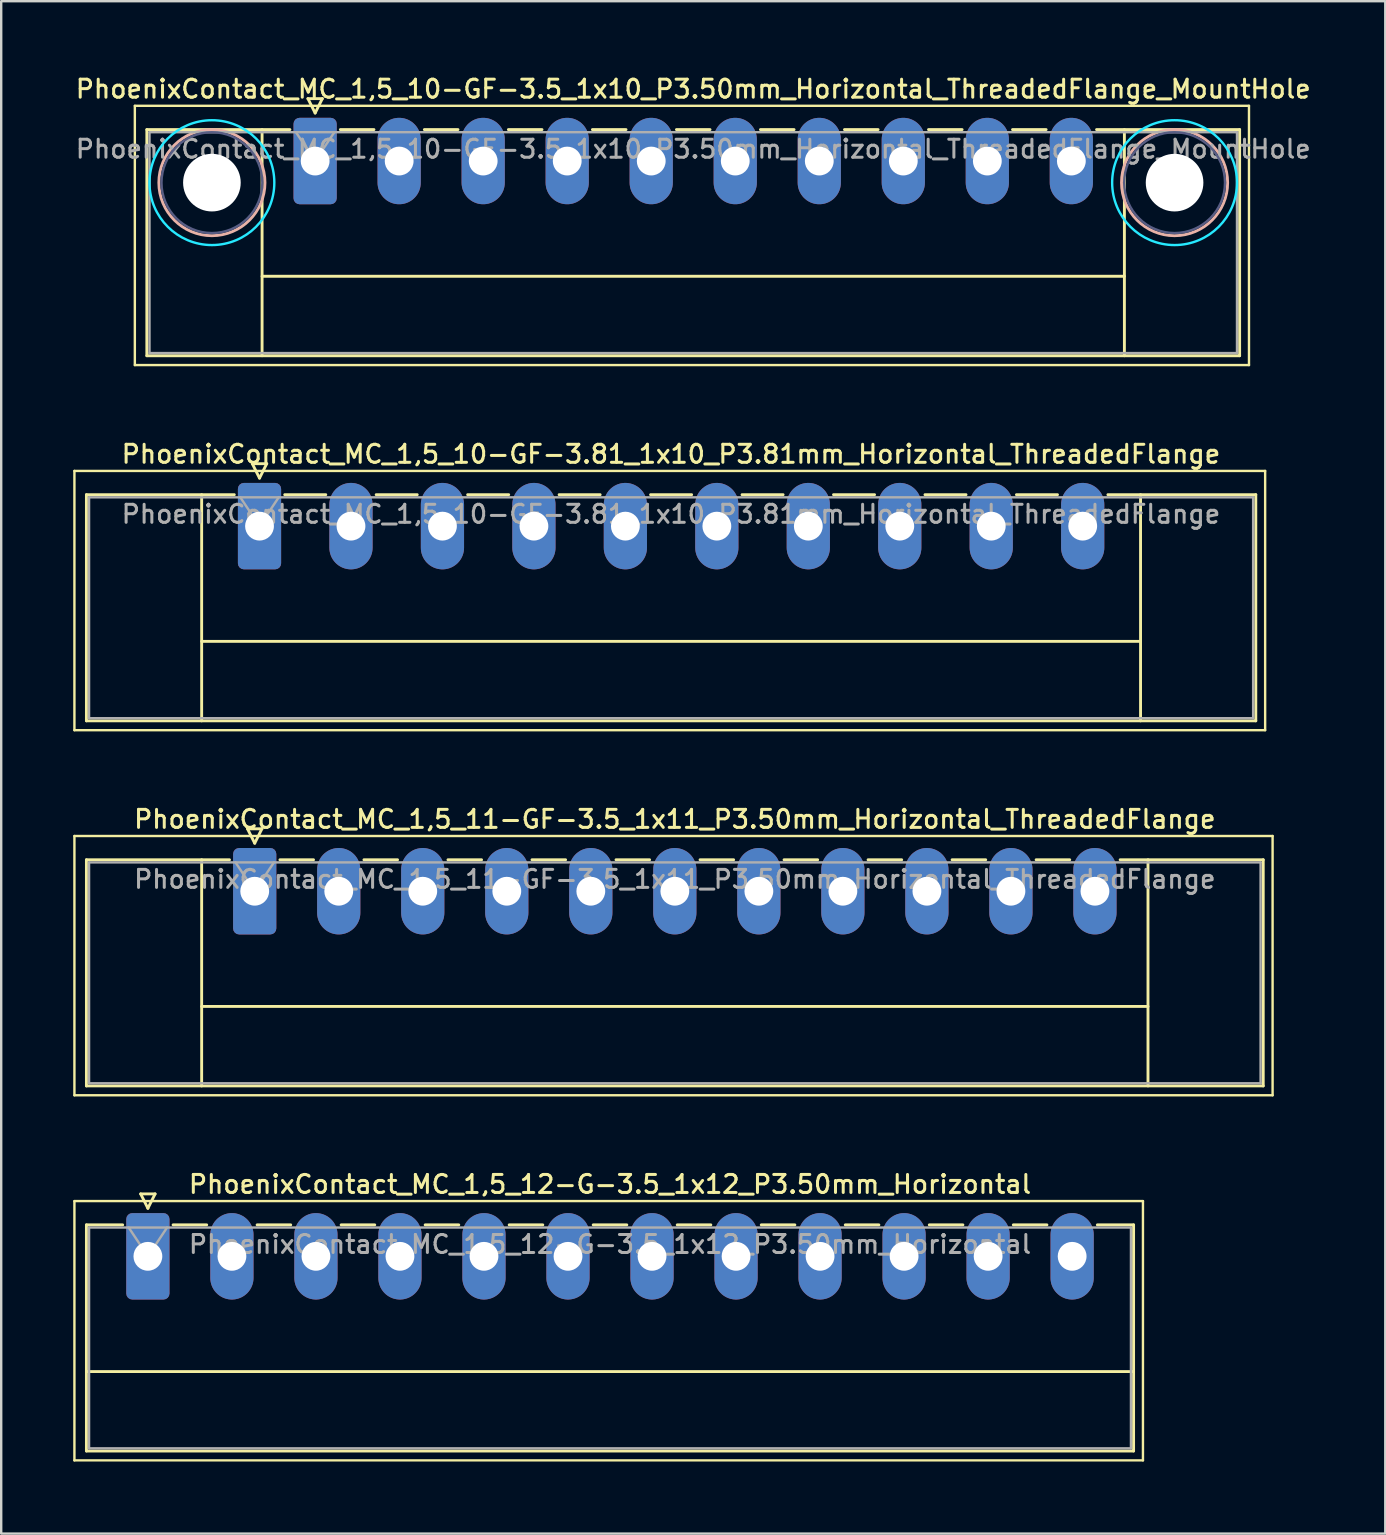
<source format=kicad_pcb>
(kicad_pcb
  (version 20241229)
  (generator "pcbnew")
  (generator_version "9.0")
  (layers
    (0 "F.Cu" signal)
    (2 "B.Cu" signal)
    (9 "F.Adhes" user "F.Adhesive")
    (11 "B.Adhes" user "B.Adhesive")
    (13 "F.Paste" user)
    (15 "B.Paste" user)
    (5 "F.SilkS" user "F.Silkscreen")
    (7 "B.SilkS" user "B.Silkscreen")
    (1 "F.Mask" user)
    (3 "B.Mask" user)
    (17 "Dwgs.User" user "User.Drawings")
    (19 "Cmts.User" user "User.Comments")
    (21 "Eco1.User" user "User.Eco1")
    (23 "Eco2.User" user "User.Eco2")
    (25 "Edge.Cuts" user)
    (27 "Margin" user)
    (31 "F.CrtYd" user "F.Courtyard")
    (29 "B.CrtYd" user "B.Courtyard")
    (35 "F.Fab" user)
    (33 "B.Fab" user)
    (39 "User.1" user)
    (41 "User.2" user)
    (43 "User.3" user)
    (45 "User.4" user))
  (footprint "PhoenixContact_MC_1,5_10-GF-3.81_1x10_P3.81mm_Horizontal_ThreadedFlange"
    (layer "F.Cu")
    (at 7.76 18.866)
    (property "Reference" "PhoenixContact_MC_1,5_10-GF-3.81_1x10_P3.81mm_Horizontal_ThreadedFlange" (at 17.14 -3 0) (layer "F.SilkS") (effects (font (size 0.75 0.75) (thickness 0.125))))
    (attr through_hole)
    (fp_line (start -7.71 -2.3) (end -7.71 8.5) (stroke (width 0.1) (type solid)) (layer "F.SilkS"))
    (fp_line (start -7.71 8.5) (end 41.89 8.5) (stroke (width 0.1) (type solid)) (layer "F.SilkS"))
    (fp_line (start -7.21 -1.31) (end -7.21 8.11) (stroke (width 0.12) (type solid)) (layer "F.SilkS"))
    (fp_line (start -7.21 -1.31) (end -1.05 -1.31) (stroke (width 0.12) (type solid)) (layer "F.SilkS"))
    (fp_line (start -7.21 8.11) (end 41.5 8.11) (stroke (width 0.12) (type solid)) (layer "F.SilkS"))
    (fp_line (start -2.41 -1.31) (end -2.41 8.11) (stroke (width 0.12) (type solid)) (layer "F.SilkS"))
    (fp_line (start -2.41 4.8) (end 36.7 4.8) (stroke (width 0.12) (type solid)) (layer "F.SilkS"))
    (fp_line (start -0.3 -2.6) (end 0.3 -2.6) (stroke (width 0.12) (type solid)) (layer "F.SilkS"))
    (fp_line (start 0 -2) (end -0.3 -2.6) (stroke (width 0.12) (type solid)) (layer "F.SilkS"))
    (fp_line (start 0.3 -2.6) (end 0 -2) (stroke (width 0.12) (type solid)) (layer "F.SilkS"))
    (fp_line (start 1.05 -1.31) (end 2.76 -1.31) (stroke (width 0.12) (type solid)) (layer "F.SilkS"))
    (fp_line (start 4.86 -1.31) (end 6.57 -1.31) (stroke (width 0.12) (type solid)) (layer "F.SilkS"))
    (fp_line (start 8.67 -1.31) (end 10.38 -1.31) (stroke (width 0.12) (type solid)) (layer "F.SilkS"))
    (fp_line (start 12.48 -1.31) (end 14.19 -1.31) (stroke (width 0.12) (type solid)) (layer "F.SilkS"))
    (fp_line (start 16.29 -1.31) (end 18 -1.31) (stroke (width 0.12) (type solid)) (layer "F.SilkS"))
    (fp_line (start 20.1 -1.31) (end 21.81 -1.31) (stroke (width 0.12) (type solid)) (layer "F.SilkS"))
    (fp_line (start 23.91 -1.31) (end 25.62 -1.31) (stroke (width 0.12) (type solid)) (layer "F.SilkS"))
    (fp_line (start 27.72 -1.31) (end 29.43 -1.31) (stroke (width 0.12) (type solid)) (layer "F.SilkS"))
    (fp_line (start 31.53 -1.31) (end 33.24 -1.31) (stroke (width 0.12) (type solid)) (layer "F.SilkS"))
    (fp_line (start 36.7 -1.31) (end 36.7 8.11) (stroke (width 0.12) (type solid)) (layer "F.SilkS"))
    (fp_line (start 41.5 -1.31) (end 35.34 -1.31) (stroke (width 0.12) (type solid)) (layer "F.SilkS"))
    (fp_line (start 41.5 8.11) (end 41.5 -1.31) (stroke (width 0.12) (type solid)) (layer "F.SilkS"))
    (fp_line (start 41.89 -2.3) (end -7.71 -2.3) (stroke (width 0.1) (type solid)) (layer "F.SilkS"))
    (fp_line (start 41.89 8.5) (end 41.89 -2.3) (stroke (width 0.1) (type solid)) (layer "F.SilkS"))
    (fp_line (start -7.1 -1.2) (end -7.1 8) (stroke (width 0.1) (type solid)) (layer "F.Fab"))
    (fp_line (start -7.1 8) (end 41.39 8) (stroke (width 0.1) (type solid)) (layer "F.Fab"))
    (fp_line (start 0 0) (end -0.8 -1.2) (stroke (width 0.1) (type solid)) (layer "F.Fab"))
    (fp_line (start 0.8 -1.2) (end 0 0) (stroke (width 0.1) (type solid)) (layer "F.Fab"))
    (fp_line (start 41.39 -1.2) (end -7.1 -1.2) (stroke (width 0.1) (type solid)) (layer "F.Fab"))
    (fp_line (start 41.39 8) (end 41.39 -1.2) (stroke (width 0.1) (type solid)) (layer "F.Fab"))
    (fp_text user "${REFERENCE}" (at 17.14 -0.5 0) (layer "F.Fab") (effects (font (size 0.75 0.75) (thickness 0.125))))
    (pad "1" thru_hole roundrect (at 0 0) (size 1.8 3.6) (drill 1.2) (layers "*.Cu" "*.Mask") (roundrect_rratio 0.139))
    (pad "2" thru_hole oval (at 3.81 0) (size 1.8 3.6) (drill 1.2) (layers "*.Cu" "*.Mask"))
    (pad "3" thru_hole oval (at 7.62 0) (size 1.8 3.6) (drill 1.2) (layers "*.Cu" "*.Mask"))
    (pad "4" thru_hole oval (at 11.43 0) (size 1.8 3.6) (drill 1.2) (layers "*.Cu" "*.Mask"))
    (pad "5" thru_hole oval (at 15.24 0) (size 1.8 3.6) (drill 1.2) (layers "*.Cu" "*.Mask"))
    (pad "6" thru_hole oval (at 19.05 0) (size 1.8 3.6) (drill 1.2) (layers "*.Cu" "*.Mask"))
    (pad "7" thru_hole oval (at 22.86 0) (size 1.8 3.6) (drill 1.2) (layers "*.Cu" "*.Mask"))
    (pad "8" thru_hole oval (at 26.67 0) (size 1.8 3.6) (drill 1.2) (layers "*.Cu" "*.Mask"))
    (pad "9" thru_hole oval (at 30.48 0) (size 1.8 3.6) (drill 1.2) (layers "*.Cu" "*.Mask"))
    (pad "10" thru_hole oval (at 34.29 0) (size 1.8 3.6) (drill 1.2) (layers "*.Cu" "*.Mask")))
  (footprint "PhoenixContact_MC_1,5_10-GF-3.5_1x10_P3.50mm_Horizontal_ThreadedFlange_MountHole"
    (layer "F.Cu")
    (at 10.077 3.658)
    (property "Reference" "PhoenixContact_MC_1,5_10-GF-3.5_1x10_P3.50mm_Horizontal_ThreadedFlange_MountHole" (at 15.75 -3 0) (layer "F.SilkS") (effects (font (size 0.75 0.75) (thickness 0.125))))
    (attr through_hole)
    (fp_line (start -7.51 -2.3) (end -7.51 8.5) (stroke (width 0.1) (type solid)) (layer "F.SilkS"))
    (fp_line (start -7.51 8.5) (end 38.9 8.5) (stroke (width 0.1) (type solid)) (layer "F.SilkS"))
    (fp_line (start -7.01 -1.31) (end -7.01 8.11) (stroke (width 0.12) (type solid)) (layer "F.SilkS"))
    (fp_line (start -7.01 -1.31) (end -1.05 -1.31) (stroke (width 0.12) (type solid)) (layer "F.SilkS"))
    (fp_line (start -7.01 8.11) (end 38.51 8.11) (stroke (width 0.12) (type solid)) (layer "F.SilkS"))
    (fp_line (start -2.21 -1.31) (end -2.21 8.11) (stroke (width 0.12) (type solid)) (layer "F.SilkS"))
    (fp_line (start -2.21 4.8) (end 33.71 4.8) (stroke (width 0.12) (type solid)) (layer "F.SilkS"))
    (fp_line (start -0.3 -2.6) (end 0.3 -2.6) (stroke (width 0.12) (type solid)) (layer "F.SilkS"))
    (fp_line (start 0 -2) (end -0.3 -2.6) (stroke (width 0.12) (type solid)) (layer "F.SilkS"))
    (fp_line (start 0.3 -2.6) (end 0 -2) (stroke (width 0.12) (type solid)) (layer "F.SilkS"))
    (fp_line (start 1.05 -1.31) (end 2.45 -1.31) (stroke (width 0.12) (type solid)) (layer "F.SilkS"))
    (fp_line (start 4.55 -1.31) (end 5.95 -1.31) (stroke (width 0.12) (type solid)) (layer "F.SilkS"))
    (fp_line (start 8.05 -1.31) (end 9.45 -1.31) (stroke (width 0.12) (type solid)) (layer "F.SilkS"))
    (fp_line (start 11.55 -1.31) (end 12.95 -1.31) (stroke (width 0.12) (type solid)) (layer "F.SilkS"))
    (fp_line (start 15.05 -1.31) (end 16.45 -1.31) (stroke (width 0.12) (type solid)) (layer "F.SilkS"))
    (fp_line (start 18.55 -1.31) (end 19.95 -1.31) (stroke (width 0.12) (type solid)) (layer "F.SilkS"))
    (fp_line (start 22.05 -1.31) (end 23.45 -1.31) (stroke (width 0.12) (type solid)) (layer "F.SilkS"))
    (fp_line (start 25.55 -1.31) (end 26.95 -1.31) (stroke (width 0.12) (type solid)) (layer "F.SilkS"))
    (fp_line (start 29.05 -1.31) (end 30.45 -1.31) (stroke (width 0.12) (type solid)) (layer "F.SilkS"))
    (fp_line (start 33.71 -1.31) (end 33.71 8.11) (stroke (width 0.12) (type solid)) (layer "F.SilkS"))
    (fp_line (start 38.51 -1.31) (end 32.55 -1.31) (stroke (width 0.12) (type solid)) (layer "F.SilkS"))
    (fp_line (start 38.51 8.11) (end 38.51 -1.31) (stroke (width 0.12) (type solid)) (layer "F.SilkS"))
    (fp_line (start 38.9 -2.3) (end -7.51 -2.3) (stroke (width 0.1) (type solid)) (layer "F.SilkS"))
    (fp_line (start 38.9 8.5) (end 38.9 -2.3) (stroke (width 0.1) (type solid)) (layer "F.SilkS"))
    (fp_circle (center -4.3 0.9) (end -2.09 0.9) (stroke (width 0.12) (type solid)) (fill no) (layer "B.SilkS"))
    (fp_circle (center 35.8 0.9) (end 38.01 0.9) (stroke (width 0.12) (type solid)) (fill no) (layer "B.SilkS"))
    (fp_circle (center -4.3 0.9) (end -1.7 0.9) (stroke (width 0.1) (type solid)) (fill no) (layer "B.CrtYd"))
    (fp_circle (center 35.8 0.9) (end 38.4 0.9) (stroke (width 0.1) (type solid)) (fill no) (layer "B.CrtYd"))
    (fp_circle (center -4.3 0.9) (end -2.2 0.9) (stroke (width 0.1) (type solid)) (fill no) (layer "B.Fab"))
    (fp_circle (center 35.8 0.9) (end 37.9 0.9) (stroke (width 0.1) (type solid)) (fill no) (layer "B.Fab"))
    (fp_line (start -6.9 -1.2) (end -6.9 8) (stroke (width 0.1) (type solid)) (layer "F.Fab"))
    (fp_line (start -6.9 8) (end 38.4 8) (stroke (width 0.1) (type solid)) (layer "F.Fab"))
    (fp_line (start 0 0) (end -0.8 -1.2) (stroke (width 0.1) (type solid)) (layer "F.Fab"))
    (fp_line (start 0.8 -1.2) (end 0 0) (stroke (width 0.1) (type solid)) (layer "F.Fab"))
    (fp_line (start 38.4 -1.2) (end -6.9 -1.2) (stroke (width 0.1) (type solid)) (layer "F.Fab"))
    (fp_line (start 38.4 8) (end 38.4 -1.2) (stroke (width 0.1) (type solid)) (layer "F.Fab"))
    (fp_text user "${REFERENCE}" (at 15.75 -0.5 0) (layer "F.Fab") (effects (font (size 0.75 0.75) (thickness 0.125))))
    (pad "" np_thru_hole circle (at -4.3 0.9) (size 2.4 2.4) (drill 2.4) (layers "*.Cu" "*.Mask"))
    (pad "" np_thru_hole circle (at 35.8 0.9) (size 2.4 2.4) (drill 2.4) (layers "*.Cu" "*.Mask"))
    (pad "1" thru_hole roundrect (at 0 0) (size 1.8 3.6) (drill 1.2) (layers "*.Cu" "*.Mask") (roundrect_rratio 0.139))
    (pad "2" thru_hole oval (at 3.5 0) (size 1.8 3.6) (drill 1.2) (layers "*.Cu" "*.Mask"))
    (pad "3" thru_hole oval (at 7 0) (size 1.8 3.6) (drill 1.2) (layers "*.Cu" "*.Mask"))
    (pad "4" thru_hole oval (at 10.5 0) (size 1.8 3.6) (drill 1.2) (layers "*.Cu" "*.Mask"))
    (pad "5" thru_hole oval (at 14 0) (size 1.8 3.6) (drill 1.2) (layers "*.Cu" "*.Mask"))
    (pad "6" thru_hole oval (at 17.5 0) (size 1.8 3.6) (drill 1.2) (layers "*.Cu" "*.Mask"))
    (pad "7" thru_hole oval (at 21 0) (size 1.8 3.6) (drill 1.2) (layers "*.Cu" "*.Mask"))
    (pad "8" thru_hole oval (at 24.5 0) (size 1.8 3.6) (drill 1.2) (layers "*.Cu" "*.Mask"))
    (pad "9" thru_hole oval (at 28 0) (size 1.8 3.6) (drill 1.2) (layers "*.Cu" "*.Mask"))
    (pad "10" thru_hole oval (at 31.5 0) (size 1.8 3.6) (drill 1.2) (layers "*.Cu" "*.Mask")))
  (footprint "PhoenixContact_MC_1,5_12-G-3.5_1x12_P3.50mm_Horizontal"
    (layer "F.Cu")
    (at 3.11 49.282)
    (property "Reference" "PhoenixContact_MC_1,5_12-G-3.5_1x12_P3.50mm_Horizontal" (at 19.25 -3 0) (layer "F.SilkS") (effects (font (size 0.75 0.75) (thickness 0.125))))
    (attr through_hole)
    (fp_line (start -3.06 -2.3) (end -3.06 8.5) (stroke (width 0.1) (type solid)) (layer "F.SilkS"))
    (fp_line (start -3.06 8.5) (end 41.45 8.5) (stroke (width 0.1) (type solid)) (layer "F.SilkS"))
    (fp_line (start -2.56 -1.31) (end -2.56 8.11) (stroke (width 0.12) (type solid)) (layer "F.SilkS"))
    (fp_line (start -2.56 -1.31) (end -1.05 -1.31) (stroke (width 0.12) (type solid)) (layer "F.SilkS"))
    (fp_line (start -2.56 4.8) (end 41.06 4.8) (stroke (width 0.12) (type solid)) (layer "F.SilkS"))
    (fp_line (start -2.56 8.11) (end 41.06 8.11) (stroke (width 0.12) (type solid)) (layer "F.SilkS"))
    (fp_line (start -0.3 -2.6) (end 0.3 -2.6) (stroke (width 0.12) (type solid)) (layer "F.SilkS"))
    (fp_line (start 0 -2) (end -0.3 -2.6) (stroke (width 0.12) (type solid)) (layer "F.SilkS"))
    (fp_line (start 0.3 -2.6) (end 0 -2) (stroke (width 0.12) (type solid)) (layer "F.SilkS"))
    (fp_line (start 1.05 -1.31) (end 2.45 -1.31) (stroke (width 0.12) (type solid)) (layer "F.SilkS"))
    (fp_line (start 4.55 -1.31) (end 5.95 -1.31) (stroke (width 0.12) (type solid)) (layer "F.SilkS"))
    (fp_line (start 8.05 -1.31) (end 9.45 -1.31) (stroke (width 0.12) (type solid)) (layer "F.SilkS"))
    (fp_line (start 11.55 -1.31) (end 12.95 -1.31) (stroke (width 0.12) (type solid)) (layer "F.SilkS"))
    (fp_line (start 15.05 -1.31) (end 16.45 -1.31) (stroke (width 0.12) (type solid)) (layer "F.SilkS"))
    (fp_line (start 18.55 -1.31) (end 19.95 -1.31) (stroke (width 0.12) (type solid)) (layer "F.SilkS"))
    (fp_line (start 22.05 -1.31) (end 23.45 -1.31) (stroke (width 0.12) (type solid)) (layer "F.SilkS"))
    (fp_line (start 25.55 -1.31) (end 26.95 -1.31) (stroke (width 0.12) (type solid)) (layer "F.SilkS"))
    (fp_line (start 29.05 -1.31) (end 30.45 -1.31) (stroke (width 0.12) (type solid)) (layer "F.SilkS"))
    (fp_line (start 32.55 -1.31) (end 33.95 -1.31) (stroke (width 0.12) (type solid)) (layer "F.SilkS"))
    (fp_line (start 36.05 -1.31) (end 37.45 -1.31) (stroke (width 0.12) (type solid)) (layer "F.SilkS"))
    (fp_line (start 41.06 -1.31) (end 39.55 -1.31) (stroke (width 0.12) (type solid)) (layer "F.SilkS"))
    (fp_line (start 41.06 8.11) (end 41.06 -1.31) (stroke (width 0.12) (type solid)) (layer "F.SilkS"))
    (fp_line (start 41.45 -2.3) (end -3.06 -2.3) (stroke (width 0.1) (type solid)) (layer "F.SilkS"))
    (fp_line (start 41.45 8.5) (end 41.45 -2.3) (stroke (width 0.1) (type solid)) (layer "F.SilkS"))
    (fp_line (start -2.45 -1.2) (end -2.45 8) (stroke (width 0.1) (type solid)) (layer "F.Fab"))
    (fp_line (start -2.45 8) (end 40.95 8) (stroke (width 0.1) (type solid)) (layer "F.Fab"))
    (fp_line (start 0 0) (end -0.8 -1.2) (stroke (width 0.1) (type solid)) (layer "F.Fab"))
    (fp_line (start 0.8 -1.2) (end 0 0) (stroke (width 0.1) (type solid)) (layer "F.Fab"))
    (fp_line (start 40.95 -1.2) (end -2.45 -1.2) (stroke (width 0.1) (type solid)) (layer "F.Fab"))
    (fp_line (start 40.95 8) (end 40.95 -1.2) (stroke (width 0.1) (type solid)) (layer "F.Fab"))
    (fp_text user "${REFERENCE}" (at 19.25 -0.5 0) (layer "F.Fab") (effects (font (size 0.75 0.75) (thickness 0.125))))
    (pad "1" thru_hole roundrect (at 0 0) (size 1.8 3.6) (drill 1.2) (layers "*.Cu" "*.Mask") (roundrect_rratio 0.139))
    (pad "2" thru_hole oval (at 3.5 0) (size 1.8 3.6) (drill 1.2) (layers "*.Cu" "*.Mask"))
    (pad "3" thru_hole oval (at 7 0) (size 1.8 3.6) (drill 1.2) (layers "*.Cu" "*.Mask"))
    (pad "4" thru_hole oval (at 10.5 0) (size 1.8 3.6) (drill 1.2) (layers "*.Cu" "*.Mask"))
    (pad "5" thru_hole oval (at 14 0) (size 1.8 3.6) (drill 1.2) (layers "*.Cu" "*.Mask"))
    (pad "6" thru_hole oval (at 17.5 0) (size 1.8 3.6) (drill 1.2) (layers "*.Cu" "*.Mask"))
    (pad "7" thru_hole oval (at 21 0) (size 1.8 3.6) (drill 1.2) (layers "*.Cu" "*.Mask"))
    (pad "8" thru_hole oval (at 24.5 0) (size 1.8 3.6) (drill 1.2) (layers "*.Cu" "*.Mask"))
    (pad "9" thru_hole oval (at 28 0) (size 1.8 3.6) (drill 1.2) (layers "*.Cu" "*.Mask"))
    (pad "10" thru_hole oval (at 31.5 0) (size 1.8 3.6) (drill 1.2) (layers "*.Cu" "*.Mask"))
    (pad "11" thru_hole oval (at 35 0) (size 1.8 3.6) (drill 1.2) (layers "*.Cu" "*.Mask"))
    (pad "12" thru_hole oval (at 38.5 0) (size 1.8 3.6) (drill 1.2) (layers "*.Cu" "*.Mask")))
  (footprint "PhoenixContact_MC_1,5_11-GF-3.5_1x11_P3.50mm_Horizontal_ThreadedFlange"
    (layer "F.Cu")
    (at 7.56 34.074)
    (property "Reference" "PhoenixContact_MC_1,5_11-GF-3.5_1x11_P3.50mm_Horizontal_ThreadedFlange" (at 17.5 -3 0) (layer "F.SilkS") (effects (font (size 0.75 0.75) (thickness 0.125))))
    (attr through_hole)
    (fp_line (start -7.51 -2.3) (end -7.51 8.5) (stroke (width 0.1) (type solid)) (layer "F.SilkS"))
    (fp_line (start -7.51 8.5) (end 42.4 8.5) (stroke (width 0.1) (type solid)) (layer "F.SilkS"))
    (fp_line (start -7.01 -1.31) (end -7.01 8.11) (stroke (width 0.12) (type solid)) (layer "F.SilkS"))
    (fp_line (start -7.01 -1.31) (end -1.05 -1.31) (stroke (width 0.12) (type solid)) (layer "F.SilkS"))
    (fp_line (start -7.01 8.11) (end 42.01 8.11) (stroke (width 0.12) (type solid)) (layer "F.SilkS"))
    (fp_line (start -2.21 -1.31) (end -2.21 8.11) (stroke (width 0.12) (type solid)) (layer "F.SilkS"))
    (fp_line (start -2.21 4.8) (end 37.21 4.8) (stroke (width 0.12) (type solid)) (layer "F.SilkS"))
    (fp_line (start -0.3 -2.6) (end 0.3 -2.6) (stroke (width 0.12) (type solid)) (layer "F.SilkS"))
    (fp_line (start 0 -2) (end -0.3 -2.6) (stroke (width 0.12) (type solid)) (layer "F.SilkS"))
    (fp_line (start 0.3 -2.6) (end 0 -2) (stroke (width 0.12) (type solid)) (layer "F.SilkS"))
    (fp_line (start 1.05 -1.31) (end 2.45 -1.31) (stroke (width 0.12) (type solid)) (layer "F.SilkS"))
    (fp_line (start 4.55 -1.31) (end 5.95 -1.31) (stroke (width 0.12) (type solid)) (layer "F.SilkS"))
    (fp_line (start 8.05 -1.31) (end 9.45 -1.31) (stroke (width 0.12) (type solid)) (layer "F.SilkS"))
    (fp_line (start 11.55 -1.31) (end 12.95 -1.31) (stroke (width 0.12) (type solid)) (layer "F.SilkS"))
    (fp_line (start 15.05 -1.31) (end 16.45 -1.31) (stroke (width 0.12) (type solid)) (layer "F.SilkS"))
    (fp_line (start 18.55 -1.31) (end 19.95 -1.31) (stroke (width 0.12) (type solid)) (layer "F.SilkS"))
    (fp_line (start 22.05 -1.31) (end 23.45 -1.31) (stroke (width 0.12) (type solid)) (layer "F.SilkS"))
    (fp_line (start 25.55 -1.31) (end 26.95 -1.31) (stroke (width 0.12) (type solid)) (layer "F.SilkS"))
    (fp_line (start 29.05 -1.31) (end 30.45 -1.31) (stroke (width 0.12) (type solid)) (layer "F.SilkS"))
    (fp_line (start 32.55 -1.31) (end 33.95 -1.31) (stroke (width 0.12) (type solid)) (layer "F.SilkS"))
    (fp_line (start 37.21 -1.31) (end 37.21 8.11) (stroke (width 0.12) (type solid)) (layer "F.SilkS"))
    (fp_line (start 42.01 -1.31) (end 36.05 -1.31) (stroke (width 0.12) (type solid)) (layer "F.SilkS"))
    (fp_line (start 42.01 8.11) (end 42.01 -1.31) (stroke (width 0.12) (type solid)) (layer "F.SilkS"))
    (fp_line (start 42.4 -2.3) (end -7.51 -2.3) (stroke (width 0.1) (type solid)) (layer "F.SilkS"))
    (fp_line (start 42.4 8.5) (end 42.4 -2.3) (stroke (width 0.1) (type solid)) (layer "F.SilkS"))
    (fp_line (start -6.9 -1.2) (end -6.9 8) (stroke (width 0.1) (type solid)) (layer "F.Fab"))
    (fp_line (start -6.9 8) (end 41.9 8) (stroke (width 0.1) (type solid)) (layer "F.Fab"))
    (fp_line (start 0 0) (end -0.8 -1.2) (stroke (width 0.1) (type solid)) (layer "F.Fab"))
    (fp_line (start 0.8 -1.2) (end 0 0) (stroke (width 0.1) (type solid)) (layer "F.Fab"))
    (fp_line (start 41.9 -1.2) (end -6.9 -1.2) (stroke (width 0.1) (type solid)) (layer "F.Fab"))
    (fp_line (start 41.9 8) (end 41.9 -1.2) (stroke (width 0.1) (type solid)) (layer "F.Fab"))
    (fp_text user "${REFERENCE}" (at 17.5 -0.5 0) (layer "F.Fab") (effects (font (size 0.75 0.75) (thickness 0.125))))
    (pad "1" thru_hole roundrect (at 0 0) (size 1.8 3.6) (drill 1.2) (layers "*.Cu" "*.Mask") (roundrect_rratio 0.139))
    (pad "2" thru_hole oval (at 3.5 0) (size 1.8 3.6) (drill 1.2) (layers "*.Cu" "*.Mask"))
    (pad "3" thru_hole oval (at 7 0) (size 1.8 3.6) (drill 1.2) (layers "*.Cu" "*.Mask"))
    (pad "4" thru_hole oval (at 10.5 0) (size 1.8 3.6) (drill 1.2) (layers "*.Cu" "*.Mask"))
    (pad "5" thru_hole oval (at 14 0) (size 1.8 3.6) (drill 1.2) (layers "*.Cu" "*.Mask"))
    (pad "6" thru_hole oval (at 17.5 0) (size 1.8 3.6) (drill 1.2) (layers "*.Cu" "*.Mask"))
    (pad "7" thru_hole oval (at 21 0) (size 1.8 3.6) (drill 1.2) (layers "*.Cu" "*.Mask"))
    (pad "8" thru_hole oval (at 24.5 0) (size 1.8 3.6) (drill 1.2) (layers "*.Cu" "*.Mask"))
    (pad "9" thru_hole oval (at 28 0) (size 1.8 3.6) (drill 1.2) (layers "*.Cu" "*.Mask"))
    (pad "10" thru_hole oval (at 31.5 0) (size 1.8 3.6) (drill 1.2) (layers "*.Cu" "*.Mask"))
    (pad "11" thru_hole oval (at 35 0) (size 1.8 3.6) (drill 1.2) (layers "*.Cu" "*.Mask")))
  (gr_rect
    (start -3 -3)
    (end 54.654 60.833)
    (stroke (width 0.1) (type default))
    (fill no)
    (layer "Edge.Cuts")))
</source>
